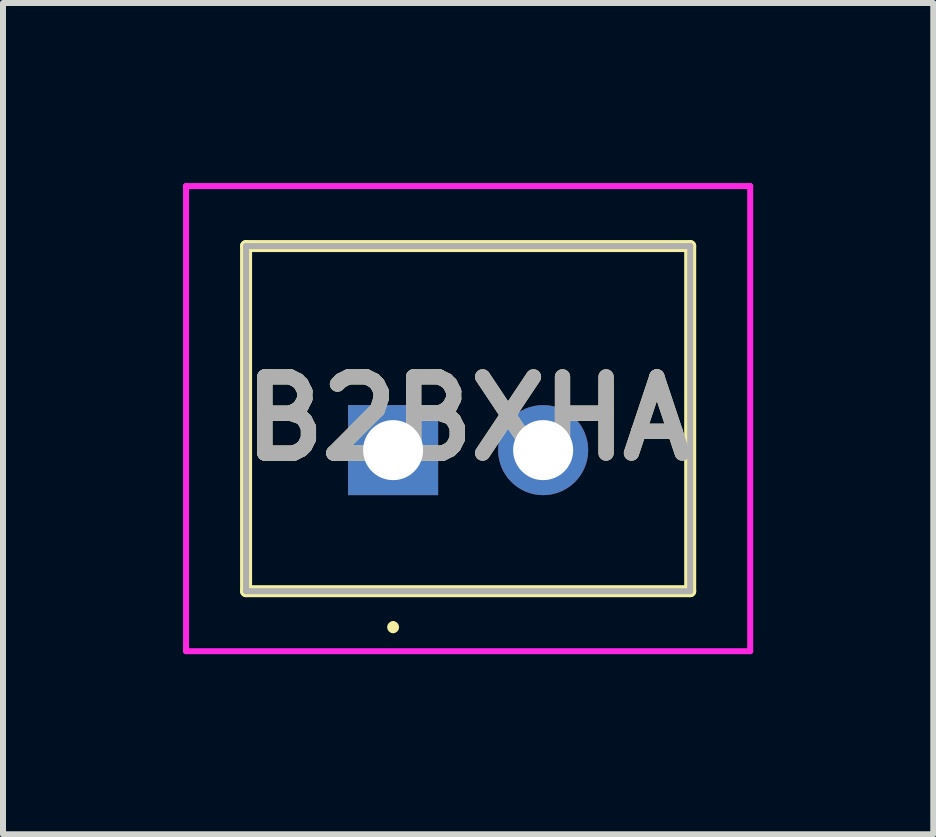
<source format=kicad_pcb>
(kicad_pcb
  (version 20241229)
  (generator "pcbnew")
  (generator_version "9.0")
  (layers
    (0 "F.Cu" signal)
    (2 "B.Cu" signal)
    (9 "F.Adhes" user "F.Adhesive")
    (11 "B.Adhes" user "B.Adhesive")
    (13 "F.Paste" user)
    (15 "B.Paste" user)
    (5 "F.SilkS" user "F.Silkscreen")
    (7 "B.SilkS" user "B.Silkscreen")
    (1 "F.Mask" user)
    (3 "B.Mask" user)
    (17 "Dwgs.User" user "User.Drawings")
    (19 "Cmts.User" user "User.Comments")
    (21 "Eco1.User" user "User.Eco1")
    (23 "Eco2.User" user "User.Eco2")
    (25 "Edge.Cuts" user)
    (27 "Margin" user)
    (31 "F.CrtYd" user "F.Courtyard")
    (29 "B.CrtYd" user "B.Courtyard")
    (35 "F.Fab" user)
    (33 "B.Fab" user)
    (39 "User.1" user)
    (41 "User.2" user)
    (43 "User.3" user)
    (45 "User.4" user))
  (footprint "B2BXHA"
    (layer "F.Cu")
    (at 3.5 4.45)
    (property "Reference" "B2BXHA" (at 1.25 -0.525 0) (layer "F.SilkS") (effects (font (size 1.27 1.27) (thickness 0.254))))
    (attr through_hole)
    (fp_line (start -2.45 -3.4) (end 4.95 -3.4) (stroke (width 0.2) (type solid)) (layer "F.SilkS"))
    (fp_line (start -2.45 2.35) (end -2.45 -3.4) (stroke (width 0.2) (type solid)) (layer "F.SilkS"))
    (fp_line (start 0 2.9) (end 0 2.9) (stroke (width 0.1) (type solid)) (layer "F.SilkS"))
    (fp_line (start 0 3) (end 0 3) (stroke (width 0.1) (type solid)) (layer "F.SilkS"))
    (fp_line (start 4.95 -3.4) (end 4.95 2.35) (stroke (width 0.2) (type solid)) (layer "F.SilkS"))
    (fp_line (start 4.95 2.35) (end -2.45 2.35) (stroke (width 0.2) (type solid)) (layer "F.SilkS"))
    (fp_arc (start 0 2.9) (mid 0.05 2.95) (end 0 3) (stroke (width 0.1) (type solid)) (layer "F.SilkS"))
    (fp_arc (start 0 3) (mid -0.05 2.95) (end 0 2.9) (stroke (width 0.1) (type solid)) (layer "F.SilkS"))
    (fp_line (start -3.45 -4.4) (end 5.95 -4.4) (stroke (width 0.1) (type solid)) (layer "F.CrtYd"))
    (fp_line (start -3.45 3.35) (end -3.45 -4.4) (stroke (width 0.1) (type solid)) (layer "F.CrtYd"))
    (fp_line (start 5.95 -4.4) (end 5.95 3.35) (stroke (width 0.1) (type solid)) (layer "F.CrtYd"))
    (fp_line (start 5.95 3.35) (end -3.45 3.35) (stroke (width 0.1) (type solid)) (layer "F.CrtYd"))
    (fp_line (start -2.45 -3.4) (end 4.95 -3.4) (stroke (width 0.1) (type solid)) (layer "F.Fab"))
    (fp_line (start -2.45 2.35) (end -2.45 -3.4) (stroke (width 0.1) (type solid)) (layer "F.Fab"))
    (fp_line (start 4.95 -3.4) (end 4.95 2.35) (stroke (width 0.1) (type solid)) (layer "F.Fab"))
    (fp_line (start 4.95 2.35) (end -2.45 2.35) (stroke (width 0.1) (type solid)) (layer "F.Fab"))
    (fp_text user "${REFERENCE}" (at 1.25 -0.525 0) (layer "F.Fab") (effects (font (size 1.27 1.27) (thickness 0.254))))
    (pad "1" thru_hole rect (at 0 0) (size 1.5 1.5) (drill 1) (layers "*.Cu" "*.Mask"))
    (pad "2" thru_hole circle (at 2.5 0) (size 1.5 1.5) (drill 1) (layers "*.Cu" "*.Mask")))
  (gr_rect
    (start -3 -3)
    (end 12.5 10.85)
    (stroke (width 0.1) (type default))
    (fill no)
    (layer "Edge.Cuts")))
</source>
